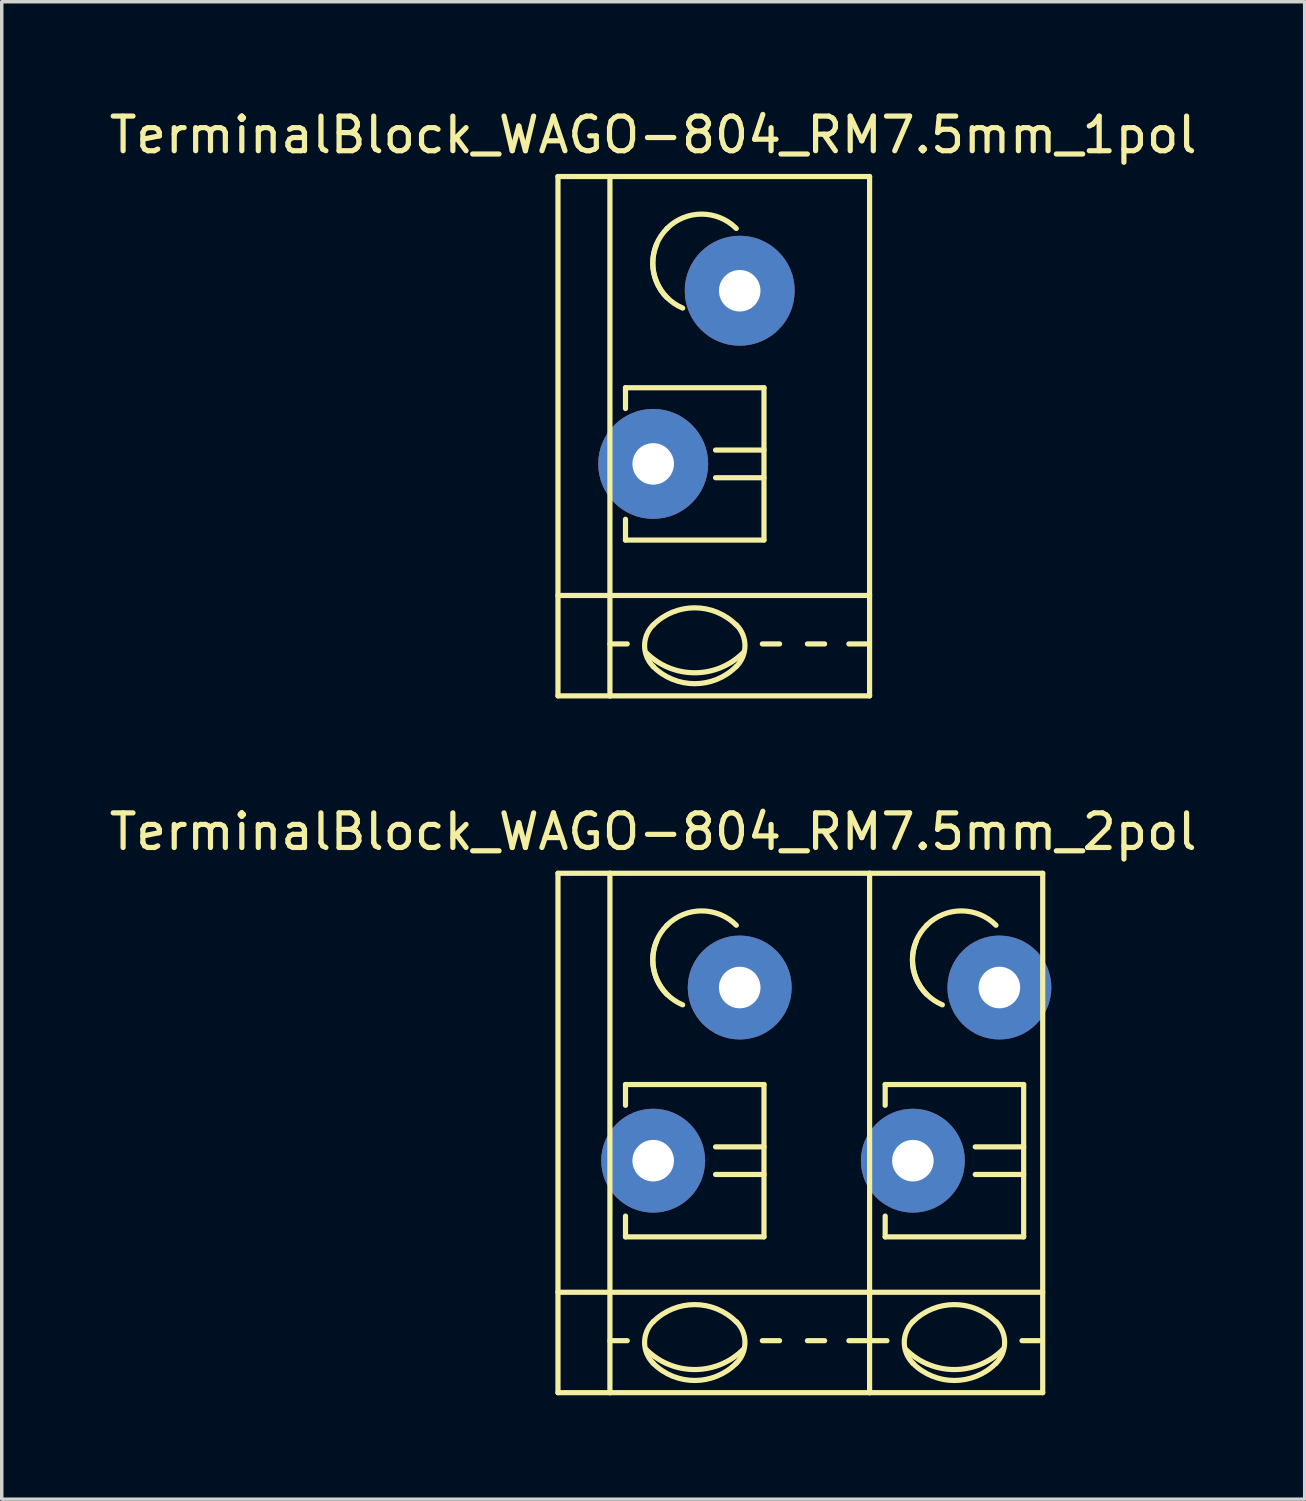
<source format=kicad_pcb>
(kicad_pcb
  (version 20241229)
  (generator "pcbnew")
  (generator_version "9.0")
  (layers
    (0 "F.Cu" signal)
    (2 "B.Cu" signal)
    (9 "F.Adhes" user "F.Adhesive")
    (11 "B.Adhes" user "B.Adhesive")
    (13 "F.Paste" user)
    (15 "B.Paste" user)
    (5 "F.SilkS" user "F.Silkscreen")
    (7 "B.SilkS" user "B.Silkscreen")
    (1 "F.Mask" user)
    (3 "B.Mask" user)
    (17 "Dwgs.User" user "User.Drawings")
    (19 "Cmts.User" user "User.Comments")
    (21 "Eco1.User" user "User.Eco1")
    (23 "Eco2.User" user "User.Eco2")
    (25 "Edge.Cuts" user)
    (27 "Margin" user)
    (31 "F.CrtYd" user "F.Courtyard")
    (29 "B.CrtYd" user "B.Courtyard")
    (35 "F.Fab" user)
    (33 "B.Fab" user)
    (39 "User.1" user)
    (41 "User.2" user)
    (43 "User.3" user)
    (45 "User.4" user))
  (footprint "TerminalBlock_WAGO-804_RM7.5mm_2pol"
    (layer "F.Cu")
    (at 15.815 30.472)
    (property "Reference" "TerminalBlock_WAGO-804_RM7.5mm_2pol" (at 0 -9.5 0) (layer "F.SilkS") (effects (font (size 1 1) (thickness 0.15))))
    (attr through_hole)
    (fp_line (start -2.75 -8.3) (end -1.25 -8.3) (stroke (width 0.15) (type solid)) (layer "F.SilkS"))
    (fp_line (start -2.75 6.7) (end -2.75 -8.3) (stroke (width 0.15) (type solid)) (layer "F.SilkS"))
    (fp_line (start -1.25 3.8) (end -2.75 3.8) (stroke (width 0.15) (type solid)) (layer "F.SilkS"))
    (fp_line (start -1.25 3.8) (end 6.25 3.8) (stroke (width 0.15) (type solid)) (layer "F.SilkS"))
    (fp_line (start -1.25 6.7) (end -2.75 6.7) (stroke (width 0.15) (type solid)) (layer "F.SilkS"))
    (fp_line (start -1.25 5.199) (end -0.749 5.199) (stroke (width 0.15) (type solid)) (layer "F.SilkS"))
    (fp_line (start -1.25 6.701) (end -1.25 -8.301) (stroke (width 0.15) (type solid)) (layer "F.SilkS"))
    (fp_line (start -0.8 -2.2) (end -0.8 -1.6) (stroke (width 0.15) (type solid)) (layer "F.SilkS"))
    (fp_line (start -0.8 -2.2) (end 3.2 -2.2) (stroke (width 0.15) (type solid)) (layer "F.SilkS"))
    (fp_line (start -0.8 2.2) (end -0.8 1.6) (stroke (width 0.15) (type solid)) (layer "F.SilkS"))
    (fp_line (start 3.2 -2.2) (end 3.2 2.2) (stroke (width 0.15) (type solid)) (layer "F.SilkS"))
    (fp_line (start 3.2 -0.399) (end 1.801 -0.399) (stroke (width 0.15) (type solid)) (layer "F.SilkS"))
    (fp_line (start 3.2 0.399) (end 1.801 0.399) (stroke (width 0.15) (type solid)) (layer "F.SilkS"))
    (fp_line (start 3.2 2.2) (end -0.8 2.2) (stroke (width 0.15) (type solid)) (layer "F.SilkS"))
    (fp_line (start 3.65 5.199) (end 3.152 5.199) (stroke (width 0.15) (type solid)) (layer "F.SilkS"))
    (fp_line (start 4.951 5.199) (end 4.454 5.199) (stroke (width 0.15) (type solid)) (layer "F.SilkS"))
    (fp_line (start 6.149 5.199) (end 5.652 5.199) (stroke (width 0.15) (type solid)) (layer "F.SilkS"))
    (fp_line (start 6.25 -8.3) (end -1.25 -8.3) (stroke (width 0.15) (type solid)) (layer "F.SilkS"))
    (fp_line (start 6.25 -8.3) (end 11.25 -8.3) (stroke (width 0.15) (type solid)) (layer "F.SilkS"))
    (fp_line (start 6.25 3.8) (end 11.25 3.8) (stroke (width 0.15) (type solid)) (layer "F.SilkS"))
    (fp_line (start 6.25 6.7) (end -1.25 6.7) (stroke (width 0.15) (type solid)) (layer "F.SilkS"))
    (fp_line (start 6.25 6.7) (end 6.25 -8.3) (stroke (width 0.15) (type solid)) (layer "F.SilkS"))
    (fp_line (start 6.25 6.7) (end 11.25 6.7) (stroke (width 0.15) (type solid)) (layer "F.SilkS"))
    (fp_line (start 6.25 5.199) (end 6.751 5.199) (stroke (width 0.15) (type solid)) (layer "F.SilkS"))
    (fp_line (start 6.7 -2.2) (end 6.7 -1.6) (stroke (width 0.15) (type solid)) (layer "F.SilkS"))
    (fp_line (start 6.7 -2.2) (end 10.7 -2.2) (stroke (width 0.15) (type solid)) (layer "F.SilkS"))
    (fp_line (start 6.7 2.2) (end 6.7 1.6) (stroke (width 0.15) (type solid)) (layer "F.SilkS"))
    (fp_line (start 10.7 -2.2) (end 10.7 2.2) (stroke (width 0.15) (type solid)) (layer "F.SilkS"))
    (fp_line (start 10.7 -0.399) (end 9.301 -0.399) (stroke (width 0.15) (type solid)) (layer "F.SilkS"))
    (fp_line (start 10.7 0.399) (end 9.301 0.399) (stroke (width 0.15) (type solid)) (layer "F.SilkS"))
    (fp_line (start 10.7 2.2) (end 6.7 2.2) (stroke (width 0.15) (type solid)) (layer "F.SilkS"))
    (fp_line (start 11.15 5.199) (end 10.652 5.199) (stroke (width 0.15) (type solid)) (layer "F.SilkS"))
    (fp_line (start 11.25 6.7) (end 11.25 -8.3) (stroke (width 0.15) (type solid)) (layer "F.SilkS"))
    (fp_arc (start 0 4.65328) (mid 1.19888 4.156688) (end 2.39776 4.65328) (stroke (width 0.15) (type solid)) (layer "F.SilkS"))
    (fp_arc (start 0 5.84962) (mid -0.248296 5.25018) (end 0 4.65074) (stroke (width 0.15) (type solid)) (layer "F.SilkS"))
    (fp_arc (start 0.39878 -6.79958) (mid 1.39954 -7.214108) (end 2.4003 -6.79958) (stroke (width 0.15) (type solid)) (layer "F.SilkS"))
    (fp_arc (start 0.39878 -4.8006) (mid -0.013952 -5.800616) (end 0.40132 -6.79958) (stroke (width 0.15) (type solid)) (layer "F.SilkS"))
    (fp_arc (start 0.8509 -4.50088) (mid 0.093811 -5.268985) (end 0.1016 -6.34746) (stroke (width 0.15) (type solid)) (layer "F.SilkS"))
    (fp_arc (start 2.4003 5.84962) (mid 1.200676 6.348008) (end 0 5.85216) (stroke (width 0.15) (type solid)) (layer "F.SilkS"))
    (fp_arc (start 2.40284 4.65074) (mid 2.650392 5.251976) (end 2.4003 5.85216) (stroke (width 0.15) (type solid)) (layer "F.SilkS"))
    (fp_arc (start 2.60096 5.45084) (mid 1.200676 6.032345) (end -0.20066 5.45338) (stroke (width 0.15) (type solid)) (layer "F.SilkS"))
    (fp_arc (start 7.5 4.65328) (mid 8.69888 4.156688) (end 9.89776 4.65328) (stroke (width 0.15) (type solid)) (layer "F.SilkS"))
    (fp_arc (start 7.5 5.84962) (mid 7.251704 5.25018) (end 7.5 4.65074) (stroke (width 0.15) (type solid)) (layer "F.SilkS"))
    (fp_arc (start 7.89878 -6.79958) (mid 8.89954 -7.214108) (end 9.9003 -6.79958) (stroke (width 0.15) (type solid)) (layer "F.SilkS"))
    (fp_arc (start 7.89878 -4.8006) (mid 7.486048 -5.800616) (end 7.90132 -6.79958) (stroke (width 0.15) (type solid)) (layer "F.SilkS"))
    (fp_arc (start 8.3509 -4.50088) (mid 7.593811 -5.268985) (end 7.6016 -6.34746) (stroke (width 0.15) (type solid)) (layer "F.SilkS"))
    (fp_arc (start 9.9003 5.84962) (mid 8.700676 6.348008) (end 7.5 5.85216) (stroke (width 0.15) (type solid)) (layer "F.SilkS"))
    (fp_arc (start 9.90284 4.65074) (mid 10.150392 5.251976) (end 9.9003 5.85216) (stroke (width 0.15) (type solid)) (layer "F.SilkS"))
    (fp_arc (start 10.10096 5.45084) (mid 8.700676 6.032345) (end 7.29934 5.45338) (stroke (width 0.15) (type solid)) (layer "F.SilkS"))
    (pad "1" thru_hole circle (at 0 0) (size 3 3) (drill 1.2) (layers "*.Cu" "*.Mask"))
    (pad "1" thru_hole circle (at 2.499 -5.001) (size 3 3) (drill 1.2) (layers "*.Cu" "*.Mask"))
    (pad "2" thru_hole circle (at 7.5 0) (size 3 3) (drill 1.2) (layers "*.Cu" "*.Mask"))
    (pad "2" thru_hole circle (at 9.999 -5.001) (size 3 3) (drill 1.2) (layers "*.Cu" "*.Mask")))
  (footprint "TerminalBlock_WAGO-804_RM7.5mm_1pol"
    (layer "F.Cu")
    (at 15.815 10.348)
    (property "Reference" "TerminalBlock_WAGO-804_RM7.5mm_1pol" (at 0 -9.5 0) (layer "F.SilkS") (effects (font (size 1 1) (thickness 0.15))))
    (attr through_hole)
    (fp_line (start -2.75 -8.3) (end -1.25 -8.3) (stroke (width 0.15) (type solid)) (layer "F.SilkS"))
    (fp_line (start -2.75 6.7) (end -2.75 -8.3) (stroke (width 0.15) (type solid)) (layer "F.SilkS"))
    (fp_line (start -1.25 3.8) (end -2.75 3.8) (stroke (width 0.15) (type solid)) (layer "F.SilkS"))
    (fp_line (start -1.25 3.8) (end 6.25 3.8) (stroke (width 0.15) (type solid)) (layer "F.SilkS"))
    (fp_line (start -1.25 6.7) (end -2.75 6.7) (stroke (width 0.15) (type solid)) (layer "F.SilkS"))
    (fp_line (start -1.25 5.199) (end -0.749 5.199) (stroke (width 0.15) (type solid)) (layer "F.SilkS"))
    (fp_line (start -1.25 6.701) (end -1.25 -8.301) (stroke (width 0.15) (type solid)) (layer "F.SilkS"))
    (fp_line (start -0.8 -2.2) (end -0.8 -1.6) (stroke (width 0.15) (type solid)) (layer "F.SilkS"))
    (fp_line (start -0.8 -2.2) (end 3.2 -2.2) (stroke (width 0.15) (type solid)) (layer "F.SilkS"))
    (fp_line (start -0.8 2.2) (end -0.8 1.6) (stroke (width 0.15) (type solid)) (layer "F.SilkS"))
    (fp_line (start 3.2 -2.2) (end 3.2 2.2) (stroke (width 0.15) (type solid)) (layer "F.SilkS"))
    (fp_line (start 3.2 -0.399) (end 1.801 -0.399) (stroke (width 0.15) (type solid)) (layer "F.SilkS"))
    (fp_line (start 3.2 0.399) (end 1.801 0.399) (stroke (width 0.15) (type solid)) (layer "F.SilkS"))
    (fp_line (start 3.2 2.2) (end -0.8 2.2) (stroke (width 0.15) (type solid)) (layer "F.SilkS"))
    (fp_line (start 3.65 5.199) (end 3.152 5.199) (stroke (width 0.15) (type solid)) (layer "F.SilkS"))
    (fp_line (start 4.951 5.199) (end 4.454 5.199) (stroke (width 0.15) (type solid)) (layer "F.SilkS"))
    (fp_line (start 6.149 5.199) (end 5.652 5.199) (stroke (width 0.15) (type solid)) (layer "F.SilkS"))
    (fp_line (start 6.25 -8.3) (end -1.25 -8.3) (stroke (width 0.15) (type solid)) (layer "F.SilkS"))
    (fp_line (start 6.25 6.7) (end -1.25 6.7) (stroke (width 0.15) (type solid)) (layer "F.SilkS"))
    (fp_line (start 6.25 6.7) (end 6.25 -8.3) (stroke (width 0.15) (type solid)) (layer "F.SilkS"))
    (fp_arc (start 0 4.65328) (mid 1.19888 4.156688) (end 2.39776 4.65328) (stroke (width 0.15) (type solid)) (layer "F.SilkS"))
    (fp_arc (start 0 5.84962) (mid -0.248296 5.25018) (end 0 4.65074) (stroke (width 0.15) (type solid)) (layer "F.SilkS"))
    (fp_arc (start 0.39878 -6.79958) (mid 1.39954 -7.214108) (end 2.4003 -6.79958) (stroke (width 0.15) (type solid)) (layer "F.SilkS"))
    (fp_arc (start 0.39878 -4.8006) (mid -0.013952 -5.800616) (end 0.40132 -6.79958) (stroke (width 0.15) (type solid)) (layer "F.SilkS"))
    (fp_arc (start 0.8509 -4.50088) (mid 0.093811 -5.268985) (end 0.1016 -6.34746) (stroke (width 0.15) (type solid)) (layer "F.SilkS"))
    (fp_arc (start 2.4003 5.84962) (mid 1.200676 6.348008) (end 0 5.85216) (stroke (width 0.15) (type solid)) (layer "F.SilkS"))
    (fp_arc (start 2.40284 4.65074) (mid 2.650392 5.251976) (end 2.4003 5.85216) (stroke (width 0.15) (type solid)) (layer "F.SilkS"))
    (fp_arc (start 2.60096 5.45084) (mid 1.200676 6.032345) (end -0.20066 5.45338) (stroke (width 0.15) (type solid)) (layer "F.SilkS"))
    (pad "1" thru_hole circle (at 0 0) (size 3.175 3.175) (drill 1.199) (layers "*.Cu" "*.Mask"))
    (pad "1" thru_hole circle (at 2.499 -5.001) (size 3.175 3.175) (drill 1.199) (layers "*.Cu" "*.Mask")))
  (gr_rect
    (start -3 -3)
    (end 34.631 40.248)
    (stroke (width 0.1) (type default))
    (fill no)
    (layer "Edge.Cuts")))
</source>
